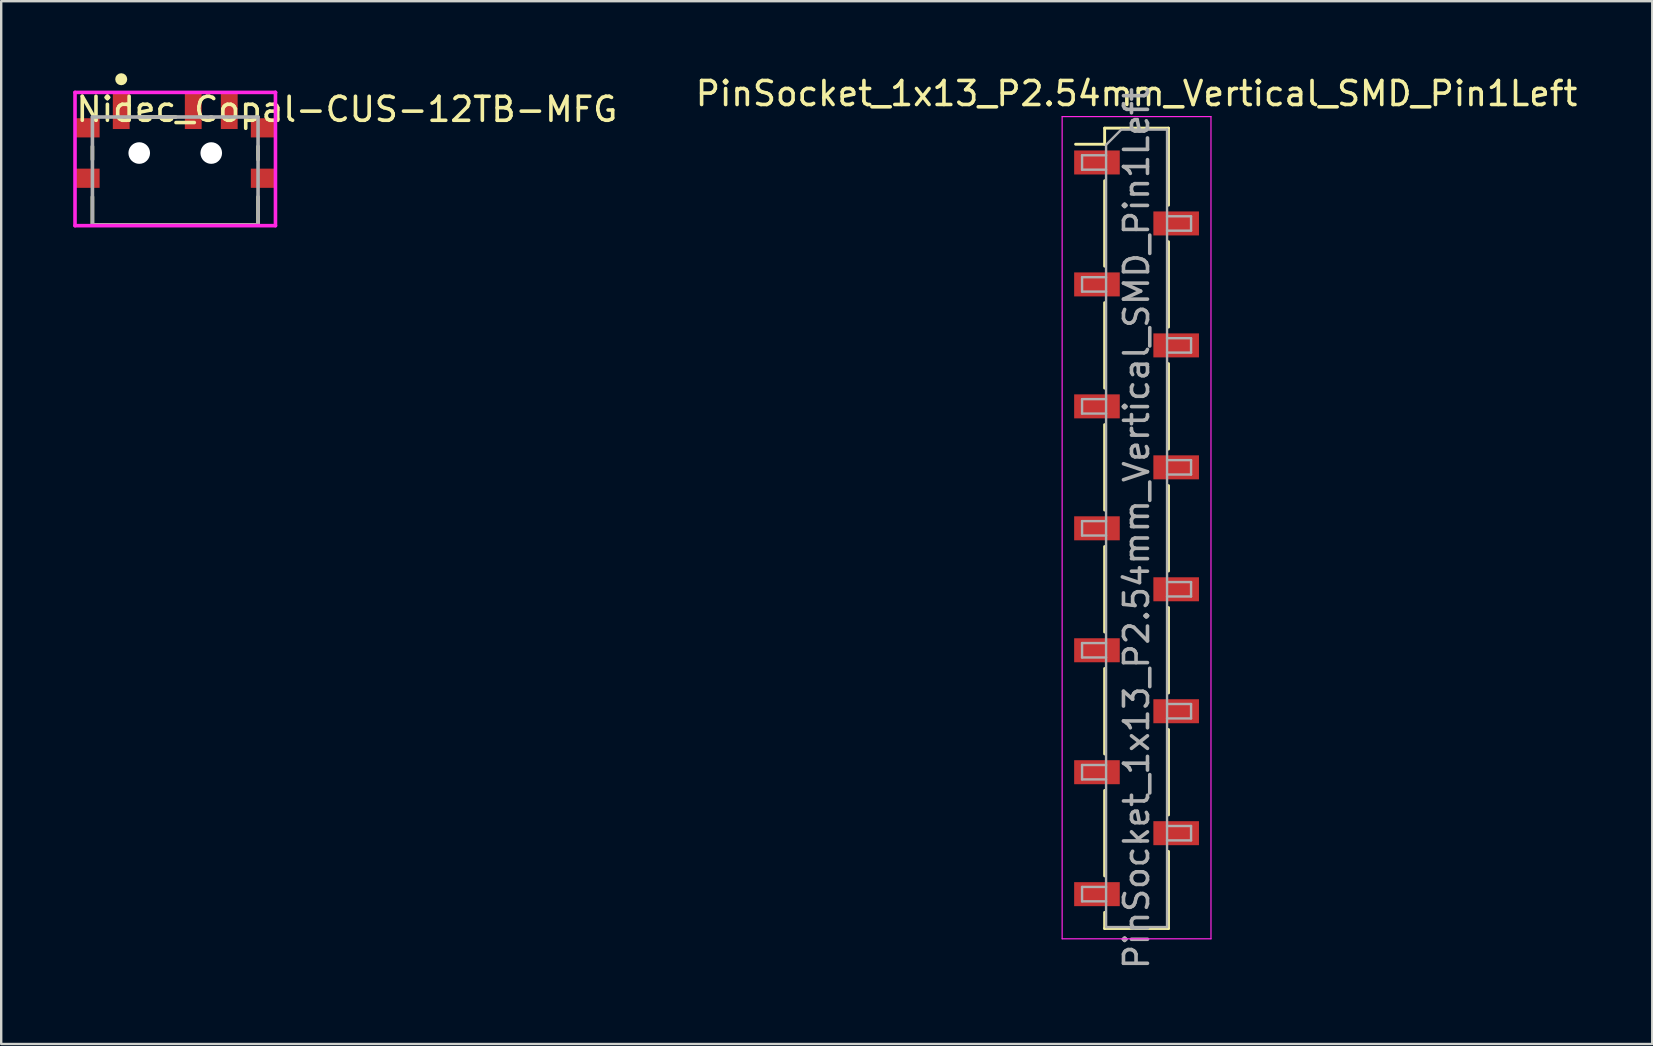
<source format=kicad_pcb>
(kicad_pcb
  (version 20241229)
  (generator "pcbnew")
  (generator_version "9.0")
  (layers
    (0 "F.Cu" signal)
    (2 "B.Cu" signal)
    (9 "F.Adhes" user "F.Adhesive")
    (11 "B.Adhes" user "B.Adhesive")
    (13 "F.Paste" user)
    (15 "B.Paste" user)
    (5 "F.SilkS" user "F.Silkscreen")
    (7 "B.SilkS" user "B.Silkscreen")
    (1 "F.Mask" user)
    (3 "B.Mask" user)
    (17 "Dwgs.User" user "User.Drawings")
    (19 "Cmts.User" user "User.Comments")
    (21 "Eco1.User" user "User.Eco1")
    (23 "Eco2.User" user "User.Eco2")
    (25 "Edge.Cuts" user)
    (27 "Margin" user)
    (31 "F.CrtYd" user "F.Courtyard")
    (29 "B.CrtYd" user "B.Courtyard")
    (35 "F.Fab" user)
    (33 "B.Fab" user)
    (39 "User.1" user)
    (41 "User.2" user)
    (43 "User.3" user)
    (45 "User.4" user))
  (footprint "Nidec_Copal-CUS-12TB-MFG"
    (layer "F.Cu")
    (at 4.25 4.075)
    (property "Reference" "Nidec_Copal-CUS-12TB-MFG" (at -4.21 -2.57 0) (layer "F.SilkS") (effects (font (size 1 1) (thickness 0.15)) (justify left)))
    (attr through_hole)
    (fp_line (start -3.45 -0.475) (end -3.45 -1.025) (stroke (width 0.15) (type solid)) (layer "F.SilkS"))
    (fp_line (start -3.45 2.25) (end -3.45 1.075) (stroke (width 0.15) (type solid)) (layer "F.SilkS"))
    (fp_line (start -3.45 2.25) (end 3.45 2.25) (stroke (width 0.15) (type solid)) (layer "F.SilkS"))
    (fp_line (start -1.525 -2.25) (end 0.025 -2.25) (stroke (width 0.15) (type solid)) (layer "F.SilkS"))
    (fp_line (start 1.475 -2.25) (end 1.525 -2.25) (stroke (width 0.15) (type solid)) (layer "F.SilkS"))
    (fp_line (start 3.45 -0.475) (end 3.45 -1.025) (stroke (width 0.15) (type solid)) (layer "F.SilkS"))
    (fp_line (start 3.45 2.25) (end 3.45 1.075) (stroke (width 0.15) (type solid)) (layer "F.SilkS"))
    (fp_circle (center -2.25 -3.825) (end -2.125 -3.825) (stroke (width 0.25) (type solid)) (fill no) (layer "F.SilkS"))
    (fp_line (start -4.175 -3.275) (end -4.175 2.275) (stroke (width 0.15) (type solid)) (layer "F.CrtYd"))
    (fp_line (start -4.175 2.275) (end 4.175 2.275) (stroke (width 0.15) (type solid)) (layer "F.CrtYd"))
    (fp_line (start 4.175 -3.275) (end -4.175 -3.275) (stroke (width 0.15) (type solid)) (layer "F.CrtYd"))
    (fp_line (start 4.175 -3.275) (end 4.175 -3.275) (stroke (width 0.15) (type solid)) (layer "F.CrtYd"))
    (fp_line (start 4.175 2.275) (end 4.175 -3.275) (stroke (width 0.15) (type solid)) (layer "F.CrtYd"))
    (fp_line (start -3.45 -2.25) (end 3.45 -2.25) (stroke (width 0.15) (type solid)) (layer "F.Fab"))
    (fp_line (start -3.45 2.25) (end -3.45 -2.25) (stroke (width 0.15) (type solid)) (layer "F.Fab"))
    (fp_line (start 3.45 -2.25) (end 3.45 2.25) (stroke (width 0.15) (type solid)) (layer "F.Fab"))
    (fp_line (start 3.45 2.25) (end -3.45 2.25) (stroke (width 0.15) (type solid)) (layer "F.Fab"))
    (pad "" np_thru_hole circle (at -1.5 -0.75) (size 0.9 0.9) (drill 0.9) (layers "*.Cu" "*.Mask"))
    (pad "" np_thru_hole circle (at 1.5 -0.75) (size 0.9 0.9) (drill 0.9) (layers "*.Cu" "*.Mask"))
    (pad "1" smd rect (at -2.25 -2.5) (size 0.7 1.5) (layers "F.Cu" "F.Mask" "F.Paste"))
    (pad "2" smd rect (at 0.75 -2.5) (size 0.7 1.5) (layers "F.Cu" "F.Mask" "F.Paste"))
    (pad "3" smd rect (at 2.25 -2.5) (size 0.7 1.5) (layers "F.Cu" "F.Mask" "F.Paste"))
    (pad "4" smd rect (at -3.65 -1.8) (size 1 0.8) (layers "F.Cu" "F.Mask" "F.Paste"))
    (pad "5" smd rect (at 3.65 -1.8) (size 1 0.8) (layers "F.Cu" "F.Mask" "F.Paste"))
    (pad "6" smd rect (at -3.65 0.3) (size 1 0.8) (layers "F.Cu" "F.Mask" "F.Paste"))
    (pad "7" smd rect (at 3.65 0.3) (size 1 0.8) (layers "F.Cu" "F.Mask" "F.Paste")))
  (footprint "PinSocket_1x13_P2.54mm_Vertical_SMD_Pin1Left"
    (layer "F.Cu")
    (at 44.296 18.958)
    (property "Reference" "PinSocket_1x13_P2.54mm_Vertical_SMD_Pin1Left" (at 0 -18.11 0) (layer "F.SilkS") (effects (font (size 1 1) (thickness 0.15))))
    (attr smd)
    (fp_line (start -2.54 -16) (end -1.33 -16) (stroke (width 0.12) (type solid)) (layer "F.SilkS"))
    (fp_line (start -1.33 -16.67) (end -1.33 -16) (stroke (width 0.12) (type solid)) (layer "F.SilkS"))
    (fp_line (start -1.33 -16.67) (end 1.33 -16.67) (stroke (width 0.12) (type solid)) (layer "F.SilkS"))
    (fp_line (start -1.33 -14.48) (end -1.33 -10.92) (stroke (width 0.12) (type solid)) (layer "F.SilkS"))
    (fp_line (start -1.33 -9.4) (end -1.33 -5.84) (stroke (width 0.12) (type solid)) (layer "F.SilkS"))
    (fp_line (start -1.33 -4.32) (end -1.33 -0.76) (stroke (width 0.12) (type solid)) (layer "F.SilkS"))
    (fp_line (start -1.33 0.76) (end -1.33 4.32) (stroke (width 0.12) (type solid)) (layer "F.SilkS"))
    (fp_line (start -1.33 5.84) (end -1.33 9.4) (stroke (width 0.12) (type solid)) (layer "F.SilkS"))
    (fp_line (start -1.33 10.92) (end -1.33 14.48) (stroke (width 0.12) (type solid)) (layer "F.SilkS"))
    (fp_line (start -1.33 16) (end -1.33 16.67) (stroke (width 0.12) (type solid)) (layer "F.SilkS"))
    (fp_line (start -1.33 16.67) (end 1.33 16.67) (stroke (width 0.12) (type solid)) (layer "F.SilkS"))
    (fp_line (start 1.33 -16.67) (end 1.33 -13.46) (stroke (width 0.12) (type solid)) (layer "F.SilkS"))
    (fp_line (start 1.33 -11.94) (end 1.33 -8.38) (stroke (width 0.12) (type solid)) (layer "F.SilkS"))
    (fp_line (start 1.33 -6.86) (end 1.33 -3.3) (stroke (width 0.12) (type solid)) (layer "F.SilkS"))
    (fp_line (start 1.33 -1.78) (end 1.33 1.78) (stroke (width 0.12) (type solid)) (layer "F.SilkS"))
    (fp_line (start 1.33 3.3) (end 1.33 6.86) (stroke (width 0.12) (type solid)) (layer "F.SilkS"))
    (fp_line (start 1.33 8.38) (end 1.33 11.94) (stroke (width 0.12) (type solid)) (layer "F.SilkS"))
    (fp_line (start 1.33 13.46) (end 1.33 16.67) (stroke (width 0.12) (type solid)) (layer "F.SilkS"))
    (fp_line (start -3.1 -17.15) (end 3.1 -17.15) (stroke (width 0.05) (type solid)) (layer "F.CrtYd"))
    (fp_line (start -3.1 17.1) (end -3.1 -17.15) (stroke (width 0.05) (type solid)) (layer "F.CrtYd"))
    (fp_line (start 3.1 -17.15) (end 3.1 17.1) (stroke (width 0.05) (type solid)) (layer "F.CrtYd"))
    (fp_line (start 3.1 17.1) (end -3.1 17.1) (stroke (width 0.05) (type solid)) (layer "F.CrtYd"))
    (fp_line (start -2.27 -15.54) (end -1.27 -15.54) (stroke (width 0.1) (type solid)) (layer "F.Fab"))
    (fp_line (start -2.27 -14.94) (end -2.27 -15.54) (stroke (width 0.1) (type solid)) (layer "F.Fab"))
    (fp_line (start -2.27 -10.46) (end -1.27 -10.46) (stroke (width 0.1) (type solid)) (layer "F.Fab"))
    (fp_line (start -2.27 -9.86) (end -2.27 -10.46) (stroke (width 0.1) (type solid)) (layer "F.Fab"))
    (fp_line (start -2.27 -5.38) (end -1.27 -5.38) (stroke (width 0.1) (type solid)) (layer "F.Fab"))
    (fp_line (start -2.27 -4.78) (end -2.27 -5.38) (stroke (width 0.1) (type solid)) (layer "F.Fab"))
    (fp_line (start -2.27 -0.3) (end -1.27 -0.3) (stroke (width 0.1) (type solid)) (layer "F.Fab"))
    (fp_line (start -2.27 0.3) (end -2.27 -0.3) (stroke (width 0.1) (type solid)) (layer "F.Fab"))
    (fp_line (start -2.27 4.78) (end -1.27 4.78) (stroke (width 0.1) (type solid)) (layer "F.Fab"))
    (fp_line (start -2.27 5.38) (end -2.27 4.78) (stroke (width 0.1) (type solid)) (layer "F.Fab"))
    (fp_line (start -2.27 9.86) (end -1.27 9.86) (stroke (width 0.1) (type solid)) (layer "F.Fab"))
    (fp_line (start -2.27 10.46) (end -2.27 9.86) (stroke (width 0.1) (type solid)) (layer "F.Fab"))
    (fp_line (start -2.27 14.94) (end -1.27 14.94) (stroke (width 0.1) (type solid)) (layer "F.Fab"))
    (fp_line (start -2.27 15.54) (end -2.27 14.94) (stroke (width 0.1) (type solid)) (layer "F.Fab"))
    (fp_line (start -1.27 -15.975) (end -0.635 -16.61) (stroke (width 0.1) (type solid)) (layer "F.Fab"))
    (fp_line (start -1.27 -14.94) (end -2.27 -14.94) (stroke (width 0.1) (type solid)) (layer "F.Fab"))
    (fp_line (start -1.27 -9.86) (end -2.27 -9.86) (stroke (width 0.1) (type solid)) (layer "F.Fab"))
    (fp_line (start -1.27 -4.78) (end -2.27 -4.78) (stroke (width 0.1) (type solid)) (layer "F.Fab"))
    (fp_line (start -1.27 0.3) (end -2.27 0.3) (stroke (width 0.1) (type solid)) (layer "F.Fab"))
    (fp_line (start -1.27 5.38) (end -2.27 5.38) (stroke (width 0.1) (type solid)) (layer "F.Fab"))
    (fp_line (start -1.27 10.46) (end -2.27 10.46) (stroke (width 0.1) (type solid)) (layer "F.Fab"))
    (fp_line (start -1.27 15.54) (end -2.27 15.54) (stroke (width 0.1) (type solid)) (layer "F.Fab"))
    (fp_line (start -1.27 16.61) (end -1.27 -15.975) (stroke (width 0.1) (type solid)) (layer "F.Fab"))
    (fp_line (start -0.635 -16.61) (end 1.27 -16.61) (stroke (width 0.1) (type solid)) (layer "F.Fab"))
    (fp_line (start 1.27 -16.61) (end 1.27 16.61) (stroke (width 0.1) (type solid)) (layer "F.Fab"))
    (fp_line (start 1.27 -13) (end 2.27 -13) (stroke (width 0.1) (type solid)) (layer "F.Fab"))
    (fp_line (start 1.27 -7.92) (end 2.27 -7.92) (stroke (width 0.1) (type solid)) (layer "F.Fab"))
    (fp_line (start 1.27 -2.84) (end 2.27 -2.84) (stroke (width 0.1) (type solid)) (layer "F.Fab"))
    (fp_line (start 1.27 2.24) (end 2.27 2.24) (stroke (width 0.1) (type solid)) (layer "F.Fab"))
    (fp_line (start 1.27 7.32) (end 2.27 7.32) (stroke (width 0.1) (type solid)) (layer "F.Fab"))
    (fp_line (start 1.27 12.4) (end 2.27 12.4) (stroke (width 0.1) (type solid)) (layer "F.Fab"))
    (fp_line (start 1.27 16.61) (end -1.27 16.61) (stroke (width 0.1) (type solid)) (layer "F.Fab"))
    (fp_line (start 2.27 -13) (end 2.27 -12.4) (stroke (width 0.1) (type solid)) (layer "F.Fab"))
    (fp_line (start 2.27 -12.4) (end 1.27 -12.4) (stroke (width 0.1) (type solid)) (layer "F.Fab"))
    (fp_line (start 2.27 -7.92) (end 2.27 -7.32) (stroke (width 0.1) (type solid)) (layer "F.Fab"))
    (fp_line (start 2.27 -7.32) (end 1.27 -7.32) (stroke (width 0.1) (type solid)) (layer "F.Fab"))
    (fp_line (start 2.27 -2.84) (end 2.27 -2.24) (stroke (width 0.1) (type solid)) (layer "F.Fab"))
    (fp_line (start 2.27 -2.24) (end 1.27 -2.24) (stroke (width 0.1) (type solid)) (layer "F.Fab"))
    (fp_line (start 2.27 2.24) (end 2.27 2.84) (stroke (width 0.1) (type solid)) (layer "F.Fab"))
    (fp_line (start 2.27 2.84) (end 1.27 2.84) (stroke (width 0.1) (type solid)) (layer "F.Fab"))
    (fp_line (start 2.27 7.32) (end 2.27 7.92) (stroke (width 0.1) (type solid)) (layer "F.Fab"))
    (fp_line (start 2.27 7.92) (end 1.27 7.92) (stroke (width 0.1) (type solid)) (layer "F.Fab"))
    (fp_line (start 2.27 12.4) (end 2.27 13) (stroke (width 0.1) (type solid)) (layer "F.Fab"))
    (fp_line (start 2.27 13) (end 1.27 13) (stroke (width 0.1) (type solid)) (layer "F.Fab"))
    (fp_text user "${REFERENCE}" (at 0 0 90) (layer "F.Fab") (effects (font (size 1 1) (thickness 0.15))))
    (pad "1" smd rect (at -1.65 -15.24) (size 1.9 1) (layers "F.Cu" "F.Mask" "F.Paste"))
    (pad "2" smd rect (at 1.65 -12.7) (size 1.9 1) (layers "F.Cu" "F.Mask" "F.Paste"))
    (pad "3" smd rect (at -1.65 -10.16) (size 1.9 1) (layers "F.Cu" "F.Mask" "F.Paste"))
    (pad "4" smd rect (at 1.65 -7.62) (size 1.9 1) (layers "F.Cu" "F.Mask" "F.Paste"))
    (pad "5" smd rect (at -1.65 -5.08) (size 1.9 1) (layers "F.Cu" "F.Mask" "F.Paste"))
    (pad "6" smd rect (at 1.65 -2.54) (size 1.9 1) (layers "F.Cu" "F.Mask" "F.Paste"))
    (pad "7" smd rect (at -1.65 0) (size 1.9 1) (layers "F.Cu" "F.Mask" "F.Paste"))
    (pad "8" smd rect (at 1.65 2.54) (size 1.9 1) (layers "F.Cu" "F.Mask" "F.Paste"))
    (pad "9" smd rect (at -1.65 5.08) (size 1.9 1) (layers "F.Cu" "F.Mask" "F.Paste"))
    (pad "10" smd rect (at 1.65 7.62) (size 1.9 1) (layers "F.Cu" "F.Mask" "F.Paste"))
    (pad "11" smd rect (at -1.65 10.16) (size 1.9 1) (layers "F.Cu" "F.Mask" "F.Paste"))
    (pad "12" smd rect (at 1.65 12.7) (size 1.9 1) (layers "F.Cu" "F.Mask" "F.Paste"))
    (pad "13" smd rect (at -1.65 15.24) (size 1.9 1) (layers "F.Cu" "F.Mask" "F.Paste")))
  (gr_rect
    (start -3 -3)
    (end 65.778 40.44)
    (stroke (width 0.1) (type default))
    (fill no)
    (layer "Edge.Cuts")))
</source>
